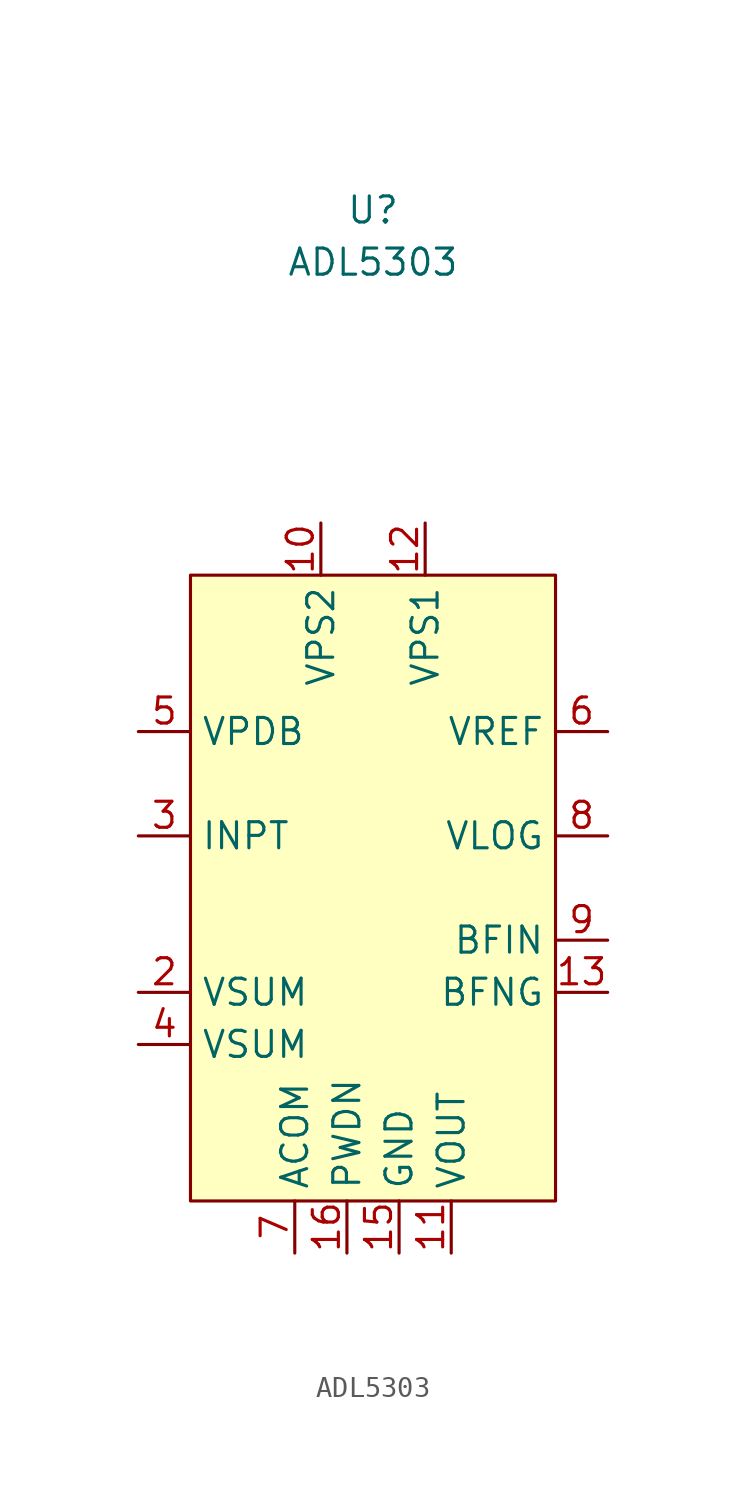
<source format=kicad_sym>
(kicad_symbol_lib
  (version 20220914)
  (generator kicad_symbol_editor)
  (symbol "ADL5303"
    (property "Reference" "U"
      (at 0 17.78 0)
      (effects (font (size 1.27 1.27))))
    (property "Value" "ADL5303"
      (at 0 15.24 0)
      (effects (font (size 1.27 1.27))))
    (symbol "ADL5303_0_0"
      (pin power_in line (at -2.54 2.54 270) (length 2.54) (name "VPS2" (effects (font (size 1.27 1.27)))) (number "10" (effects (font (size 1.27 1.27)))))
      (pin output line (at 3.81 -33.02 90) (length 2.54) (name "VOUT" (effects (font (size 1.27 1.27)))) (number "11" (effects (font (size 1.27 1.27)))))
      (pin power_in line (at 2.54 2.54 270) (length 2.54) (name "VPS1" (effects (font (size 1.27 1.27)))) (number "12" (effects (font (size 1.27 1.27)))))
      (pin input line (at 11.43 -20.32 180) (length 2.54) (name "BFNG" (effects (font (size 1.27 1.27)))) (number "13" (effects (font (size 1.27 1.27)))))
      (pin power_in line (at 1.27 -33.02 90) (length 2.54) (name "GND" (effects (font (size 1.27 1.27)))) (number "15" (effects (font (size 1.27 1.27)))))
      (pin input line (at -1.27 -33.02 90) (length 2.54) (name "PWDN" (effects (font (size 1.27 1.27)))) (number "16" (effects (font (size 1.27 1.27)))))
      (pin input line (at -11.43 -20.32 0) (length 2.54) (name "VSUM" (effects (font (size 1.27 1.27)))) (number "2" (effects (font (size 1.27 1.27)))))
      (pin input line (at -11.43 -12.7 0) (length 2.54) (name "INPT" (effects (font (size 1.27 1.27)))) (number "3" (effects (font (size 1.27 1.27)))))
      (pin input line (at -11.43 -22.86 0) (length 2.54) (name "VSUM" (effects (font (size 1.27 1.27)))) (number "4" (effects (font (size 1.27 1.27)))))
      (pin input line (at -11.43 -7.62 0) (length 2.54) (name "VPDB" (effects (font (size 1.27 1.27)))) (number "5" (effects (font (size 1.27 1.27)))))
      (pin input line (at 11.43 -7.62 180) (length 2.54) (name "VREF" (effects (font (size 1.27 1.27)))) (number "6" (effects (font (size 1.27 1.27)))))
      (pin input line (at -3.81 -33.02 90) (length 2.54) (name "ACOM" (effects (font (size 1.27 1.27)))) (number "7" (effects (font (size 1.27 1.27)))))
      (pin output line (at 11.43 -12.7 180) (length 2.54) (name "VLOG" (effects (font (size 1.27 1.27)))) (number "8" (effects (font (size 1.27 1.27)))))
      (pin input line (at 11.43 -17.78 180) (length 2.54) (name "BFIN" (effects (font (size 1.27 1.27)))) (number "9" (effects (font (size 1.27 1.27))))))
    (symbol "ADL5303_1_0"
      (pin input line (at 1.27 -33.02 90) (length 2.54) hide (name "NC" (effects (font (size 1.27 1.27)))) (number "1" (effects (font (size 1.27 1.27)))))
      (pin power_in line (at 1.27 -33.02 90) (length 2.54) hide (name "GND" (effects (font (size 1.27 1.27)))) (number "14" (effects (font (size 1.27 1.27))))))
    (symbol "ADL5303_1_1"
      (rectangle (start -8.89 0) (end 8.89 -30.48) (stroke (width 0) (type default)) (fill (type background))))))
</source>
